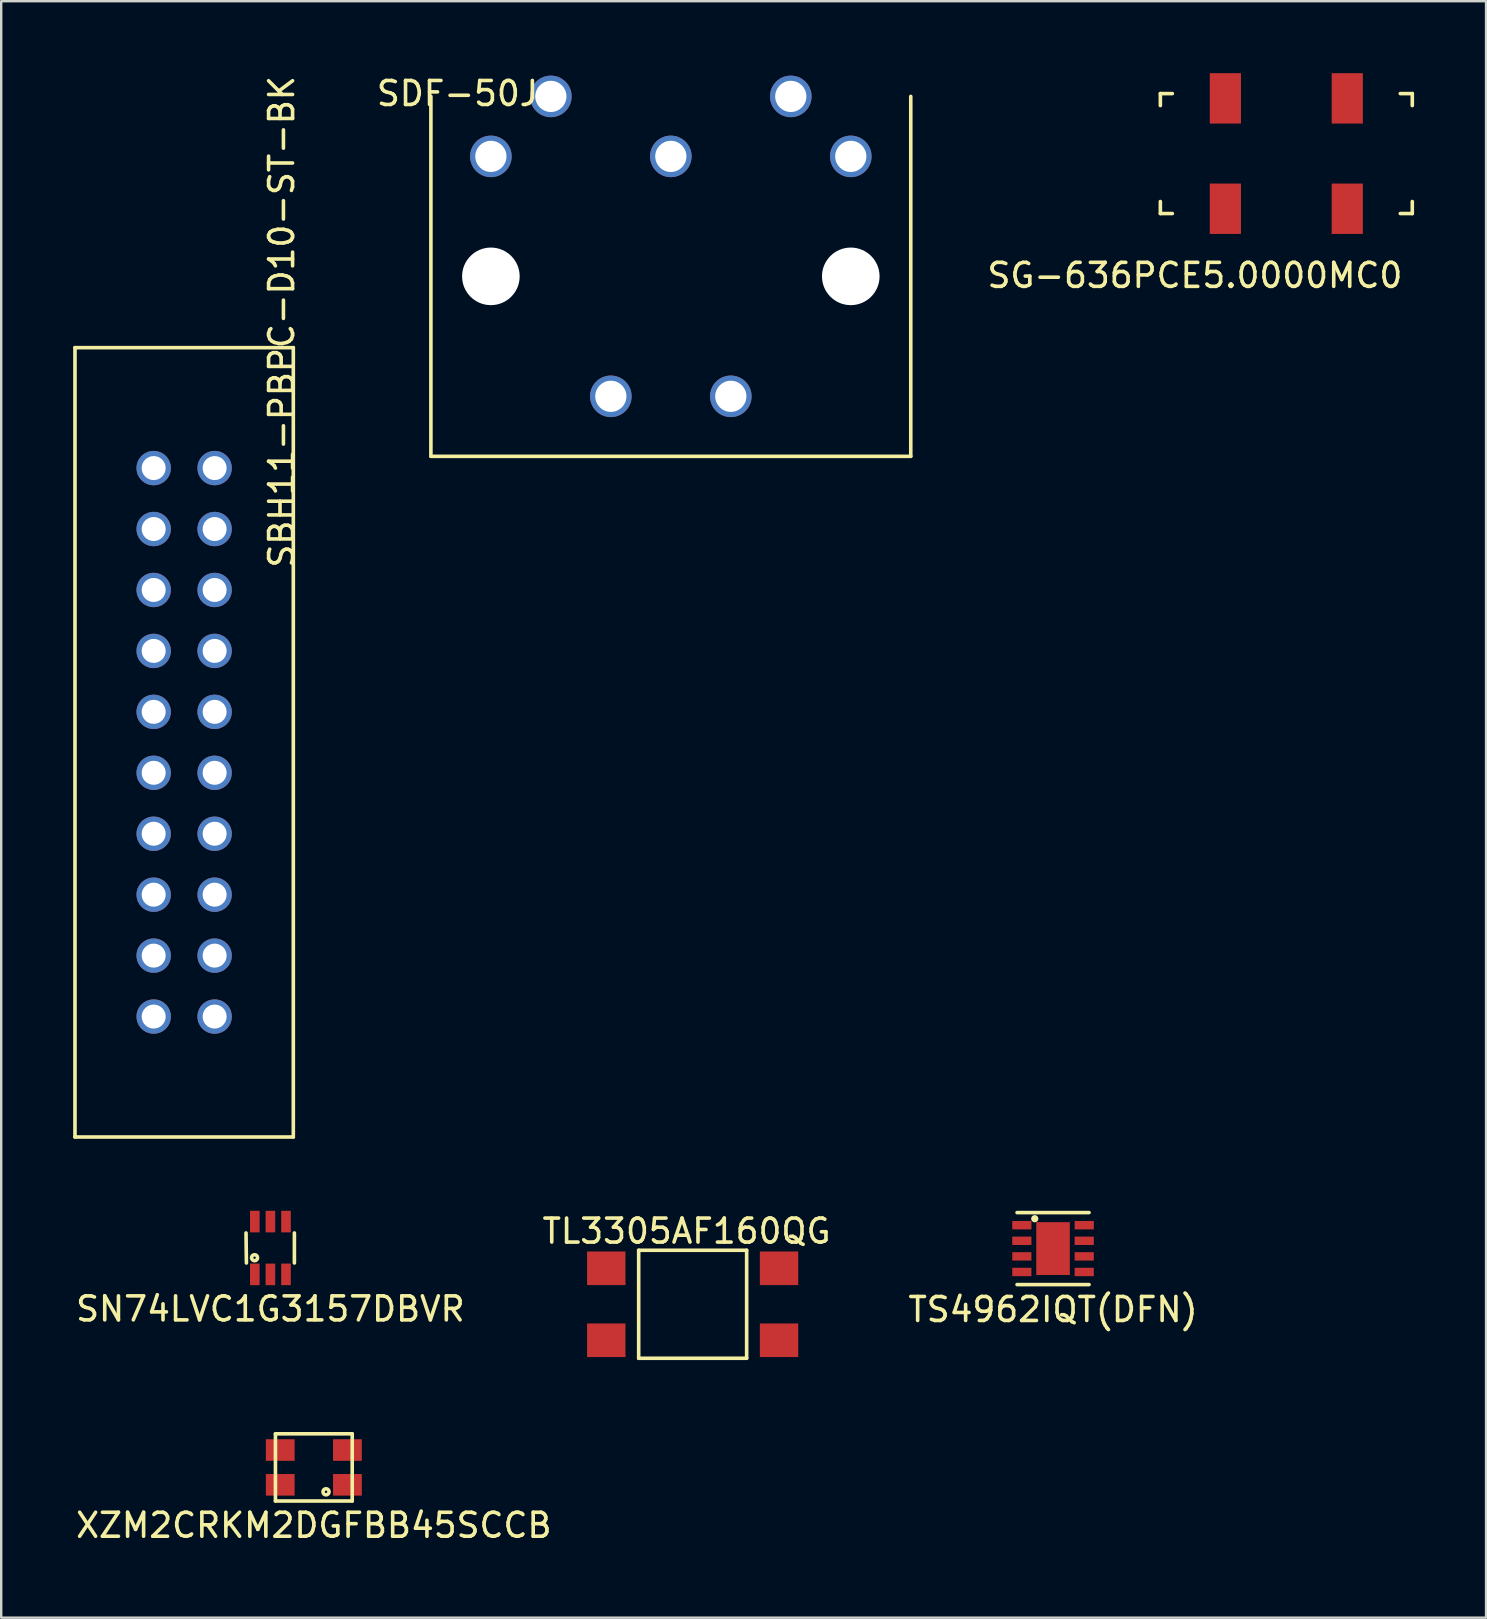
<source format=kicad_pcb>
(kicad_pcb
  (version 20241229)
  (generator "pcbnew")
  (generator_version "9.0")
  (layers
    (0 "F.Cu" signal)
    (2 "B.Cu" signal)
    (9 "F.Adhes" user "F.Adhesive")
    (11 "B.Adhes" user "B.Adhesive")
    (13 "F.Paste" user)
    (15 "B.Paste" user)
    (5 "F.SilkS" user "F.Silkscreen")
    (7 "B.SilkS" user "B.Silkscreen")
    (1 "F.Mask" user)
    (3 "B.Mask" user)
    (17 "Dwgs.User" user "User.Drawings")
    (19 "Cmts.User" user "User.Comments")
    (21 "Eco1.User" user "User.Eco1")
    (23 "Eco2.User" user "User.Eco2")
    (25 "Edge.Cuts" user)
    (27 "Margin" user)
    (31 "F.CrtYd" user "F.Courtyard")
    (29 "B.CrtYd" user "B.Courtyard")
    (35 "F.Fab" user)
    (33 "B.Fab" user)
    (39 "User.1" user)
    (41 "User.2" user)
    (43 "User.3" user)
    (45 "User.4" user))
  (footprint "SG-636PCE5.0000MC0"
    (layer "F.Cu")
    (at 50.562 3.35)
    (property "Reference" "SG-636PCE5.0000MC0" (at -3.81 5.08 0) (layer "F.SilkS") (effects (font (size 1 1) (thickness 0.15))))
    (attr through_hole)
    (fp_line (start -5.25 -2.5) (end -5.25 -2) (stroke (width 0.15) (type solid)) (layer "F.SilkS"))
    (fp_line (start -5.25 -2.5) (end -4.75 -2.5) (stroke (width 0.15) (type solid)) (layer "F.SilkS"))
    (fp_line (start -5.25 2) (end -5.25 2.5) (stroke (width 0.15) (type solid)) (layer "F.SilkS"))
    (fp_line (start -5.25 2.5) (end -4.75 2.5) (stroke (width 0.15) (type solid)) (layer "F.SilkS"))
    (fp_line (start 4.75 -2.5) (end 5.25 -2.5) (stroke (width 0.15) (type solid)) (layer "F.SilkS"))
    (fp_line (start 4.75 2.5) (end 5.25 2.5) (stroke (width 0.15) (type solid)) (layer "F.SilkS"))
    (fp_line (start 5.25 -2.5) (end 5.25 -2) (stroke (width 0.15) (type solid)) (layer "F.SilkS"))
    (fp_line (start 5.25 2) (end 5.25 2.5) (stroke (width 0.15) (type solid)) (layer "F.SilkS"))
    (pad "1" smd rect (at -2.54 2.3) (size 1.3 2.1) (layers "F.Cu" "F.Mask" "F.Paste"))
    (pad "2" smd rect (at 2.54 2.3) (size 1.3 2.1) (layers "F.Cu" "F.Mask" "F.Paste"))
    (pad "3" smd rect (at 2.54 -2.3) (size 1.3 2.1) (layers "F.Cu" "F.Mask" "F.Paste"))
    (pad "4" smd rect (at -2.54 -2.3) (size 1.3 2.1) (layers "F.Cu" "F.Mask" "F.Paste")))
  (footprint "SDF-50J"
    (layer "F.Cu")
    (at 24.909 8.468)
    (property "Reference" "SDF-50J" (at -8.89 -7.62 0) (layer "F.SilkS") (effects (font (size 1 1) (thickness 0.15))))
    (attr through_hole)
    (fp_line (start -10 -7.5) (end -10 7.5) (stroke (width 0.15) (type solid)) (layer "F.SilkS"))
    (fp_line (start 10 -7.5) (end 10 7.5) (stroke (width 0.15) (type solid)) (layer "F.SilkS"))
    (fp_line (start 10 7.5) (end -10 7.5) (stroke (width 0.15) (type solid)) (layer "F.SilkS"))
    (pad "" np_thru_hole circle (at -7.5 0) (size 2.4 2.4) (drill 2.4) (layers "*.Cu" "*.Mask"))
    (pad "" np_thru_hole circle (at 7.5 0) (size 2.4 2.4) (drill 2.4) (layers "*.Cu" "*.Mask"))
    (pad "1" thru_hole circle (at 7.5 -5) (size 1.732 1.732) (drill 1.3) (layers "*.Cu" "*.Mask"))
    (pad "2" thru_hole circle (at 0 -5) (size 1.732 1.732) (drill 1.3) (layers "*.Cu" "*.Mask"))
    (pad "3" thru_hole circle (at -7.5 -5) (size 1.732 1.732) (drill 1.3) (layers "*.Cu" "*.Mask"))
    (pad "4" thru_hole circle (at 5 -7.5) (size 1.732 1.732) (drill 1.3) (layers "*.Cu" "*.Mask"))
    (pad "5" thru_hole circle (at -5 -7.5) (size 1.732 1.732) (drill 1.3) (layers "*.Cu" "*.Mask"))
    (pad "~" thru_hole circle (at -2.5 5) (size 1.732 1.732) (drill 1.3) (layers "*.Cu" "*.Mask"))
    (pad "~" thru_hole circle (at 2.5 5) (size 1.732 1.732) (drill 1.3) (layers "*.Cu" "*.Mask")))
  (footprint "SBH11-PBPC-D10-ST-BK"
    (layer "F.Cu")
    (at 4.625 27.889)
    (property "Reference" "SBH11-PBPC-D10-ST-BK" (at 4.064 -17.526 270) (layer "F.SilkS") (effects (font (size 1 1) (thickness 0.15))))
    (attr through_hole)
    (fp_line (start -4.55 -16.45) (end -4.55 16.45) (stroke (width 0.15) (type solid)) (layer "F.SilkS"))
    (fp_line (start -4.55 -16.45) (end 4.55 -16.45) (stroke (width 0.15) (type solid)) (layer "F.SilkS"))
    (fp_line (start -4.55 16.45) (end 4.55 16.45) (stroke (width 0.15) (type solid)) (layer "F.SilkS"))
    (fp_line (start 4.55 -16.45) (end 4.55 16.45) (stroke (width 0.15) (type solid)) (layer "F.SilkS"))
    (pad "1" thru_hole circle (at -1.27 -11.43) (size 1.432 1.432) (drill 1) (layers "*.Cu" "*.Mask"))
    (pad "2" thru_hole circle (at 1.27 -11.43) (size 1.432 1.432) (drill 1) (layers "*.Cu" "*.Mask"))
    (pad "3" thru_hole circle (at -1.27 -8.89) (size 1.432 1.432) (drill 1) (layers "*.Cu" "*.Mask"))
    (pad "4" thru_hole circle (at 1.27 -8.89) (size 1.432 1.432) (drill 1) (layers "*.Cu" "*.Mask"))
    (pad "5" thru_hole circle (at -1.27 -6.35) (size 1.432 1.432) (drill 1) (layers "*.Cu" "*.Mask"))
    (pad "6" thru_hole circle (at 1.27 -6.35) (size 1.432 1.432) (drill 1) (layers "*.Cu" "*.Mask"))
    (pad "7" thru_hole circle (at -1.27 -3.81) (size 1.432 1.432) (drill 1) (layers "*.Cu" "*.Mask"))
    (pad "8" thru_hole circle (at 1.27 -3.81) (size 1.432 1.432) (drill 1) (layers "*.Cu" "*.Mask"))
    (pad "9" thru_hole circle (at -1.27 -1.27) (size 1.432 1.432) (drill 1) (layers "*.Cu" "*.Mask"))
    (pad "10" thru_hole circle (at 1.27 -1.27) (size 1.432 1.432) (drill 1) (layers "*.Cu" "*.Mask"))
    (pad "11" thru_hole circle (at -1.27 1.27) (size 1.432 1.432) (drill 1) (layers "*.Cu" "*.Mask"))
    (pad "12" thru_hole circle (at 1.27 1.27) (size 1.432 1.432) (drill 1) (layers "*.Cu" "*.Mask"))
    (pad "13" thru_hole circle (at -1.27 3.81) (size 1.432 1.432) (drill 1) (layers "*.Cu" "*.Mask"))
    (pad "14" thru_hole circle (at 1.27 3.81) (size 1.432 1.432) (drill 1) (layers "*.Cu" "*.Mask"))
    (pad "15" thru_hole circle (at -1.27 6.35) (size 1.432 1.432) (drill 1) (layers "*.Cu" "*.Mask"))
    (pad "16" thru_hole circle (at 1.27 6.35) (size 1.432 1.432) (drill 1) (layers "*.Cu" "*.Mask"))
    (pad "17" thru_hole circle (at -1.27 8.89) (size 1.432 1.432) (drill 1) (layers "*.Cu" "*.Mask"))
    (pad "18" thru_hole circle (at 1.27 8.89) (size 1.432 1.432) (drill 1) (layers "*.Cu" "*.Mask"))
    (pad "19" thru_hole circle (at -1.27 11.43) (size 1.432 1.432) (drill 1) (layers "*.Cu" "*.Mask"))
    (pad "20" thru_hole circle (at 1.27 11.43) (size 1.432 1.432) (drill 1) (layers "*.Cu" "*.Mask")))
  (footprint "SN74LVC1G3157DBVR"
    (layer "F.Cu")
    (at 8.22 48.964)
    (property "Reference" "SN74LVC1G3157DBVR" (at 0 2.54 0) (layer "F.SilkS") (effects (font (size 1 1) (thickness 0.15))))
    (attr through_hole)
    (fp_line (start -1 0.625) (end -1.016 -0.625) (stroke (width 0.15) (type solid)) (layer "F.SilkS"))
    (fp_line (start 1 -0.625) (end 1 0.625) (stroke (width 0.15) (type solid)) (layer "F.SilkS"))
    (fp_circle (center -0.66 0.406) (end -0.61 0.406) (stroke (width 0.15) (type solid)) (fill no) (layer "F.SilkS"))
    (pad "1" smd rect (at -0.65 1.1) (size 0.4 0.9) (layers "F.Cu" "F.Mask" "F.Paste"))
    (pad "2" smd rect (at 0 1.1) (size 0.4 0.9) (layers "F.Cu" "F.Mask" "F.Paste"))
    (pad "3" smd rect (at 0.65 1.1) (size 0.4 0.9) (layers "F.Cu" "F.Mask" "F.Paste"))
    (pad "4" smd rect (at 0.65 -1.1) (size 0.4 0.9) (layers "F.Cu" "F.Mask" "F.Paste"))
    (pad "5" smd rect (at 0 -1.1) (size 0.4 0.9) (layers "F.Cu" "F.Mask" "F.Paste"))
    (pad "6" smd rect (at -0.65 -1.1) (size 0.4 0.9) (layers "F.Cu" "F.Mask" "F.Paste")))
  (footprint "TL3305AF160QG"
    (layer "F.Cu")
    (at 25.819 51.31)
    (property "Reference" "TL3305AF160QG" (at -0.254 -3.048 0) (layer "F.SilkS") (effects (font (size 1 1) (thickness 0.15))))
    (attr through_hole)
    (fp_line (start -2.25 -2.25) (end -2.25 2.25) (stroke (width 0.15) (type solid)) (layer "F.SilkS"))
    (fp_line (start -2.25 2.25) (end 2.25 2.25) (stroke (width 0.15) (type solid)) (layer "F.SilkS"))
    (fp_line (start 2.25 -2.25) (end -2.25 -2.25) (stroke (width 0.15) (type solid)) (layer "F.SilkS"))
    (fp_line (start 2.25 2.25) (end 2.25 -2.25) (stroke (width 0.15) (type solid)) (layer "F.SilkS"))
    (pad "1" smd rect (at -3.6 1.5) (size 1.6 1.4) (layers "F.Cu" "F.Mask" "F.Paste"))
    (pad "2" smd rect (at 3.6 1.5) (size 1.6 1.4) (layers "F.Cu" "F.Mask" "F.Paste"))
    (pad "3" smd rect (at -3.6 -1.5) (size 1.6 1.4) (layers "F.Cu" "F.Mask" "F.Paste"))
    (pad "4" smd rect (at 3.6 -1.5) (size 1.6 1.4) (layers "F.Cu" "F.Mask" "F.Paste")))
  (footprint "TS4962IQT(DFN)"
    (layer "F.Cu")
    (at 40.839 48.989)
    (property "Reference" "TS4962IQT(DFN)" (at 0 2.54 0) (layer "F.SilkS") (effects (font (size 1 1) (thickness 0.15))))
    (attr through_hole)
    (fp_line (start -1.5 -1.5) (end 1.5 -1.5) (stroke (width 0.15) (type solid)) (layer "F.SilkS"))
    (fp_line (start -1.5 1.5) (end 1.5 1.5) (stroke (width 0.15) (type solid)) (layer "F.SilkS"))
    (fp_circle (center -0.762 -1.245) (end -0.686 -1.245) (stroke (width 0.15) (type solid)) (fill no) (layer "F.SilkS"))
    (pad "1" smd rect (at -1.3 -0.975) (size 0.8 0.35) (layers "F.Cu" "F.Mask" "F.Paste"))
    (pad "2" smd rect (at -1.3 -0.325) (size 0.8 0.35) (layers "F.Cu" "F.Mask" "F.Paste"))
    (pad "3" smd rect (at -1.3 0.325) (size 0.8 0.35) (layers "F.Cu" "F.Mask" "F.Paste"))
    (pad "4" smd rect (at -1.3 0.975) (size 0.8 0.35) (layers "F.Cu" "F.Mask" "F.Paste"))
    (pad "5" smd rect (at 1.3 0.975) (size 0.8 0.35) (layers "F.Cu" "F.Mask" "F.Paste"))
    (pad "6" smd rect (at 1.3 0.325) (size 0.8 0.35) (layers "F.Cu" "F.Mask" "F.Paste"))
    (pad "7" smd rect (at 1.3 -0.325) (size 0.8 0.35) (layers "F.Cu" "F.Mask" "F.Paste"))
    (pad "8" smd rect (at 1.3 -0.975) (size 0.8 0.35) (layers "F.Cu" "F.Mask" "F.Paste"))
    (pad "9" smd rect (at 0 0) (size 1.4 2.2) (layers "F.Cu" "F.Mask" "F.Paste")))
  (footprint "XZM2CRKM2DGFBB45SCCB"
    (layer "F.Cu")
    (at 10.03 58.11)
    (property "Reference" "XZM2CRKM2DGFBB45SCCB" (at 0 2.413 0) (layer "F.SilkS") (effects (font (size 1 1) (thickness 0.15))))
    (attr through_hole)
    (fp_line (start -1.6 -1.4) (end 1.6 -1.4) (stroke (width 0.15) (type solid)) (layer "F.SilkS"))
    (fp_line (start -1.6 1.4) (end -1.6 -1.4) (stroke (width 0.15) (type solid)) (layer "F.SilkS"))
    (fp_line (start 1.6 -1.4) (end 1.6 1.4) (stroke (width 0.15) (type solid)) (layer "F.SilkS"))
    (fp_line (start 1.6 1.4) (end -1.6 1.4) (stroke (width 0.15) (type solid)) (layer "F.SilkS"))
    (fp_circle (center 0.508 1.016) (end 0.635 1.016) (stroke (width 0.15) (type solid)) (fill no) (layer "F.SilkS"))
    (pad "1" smd rect (at 1.4 0.725) (size 1.2 0.9) (layers "F.Cu" "F.Mask" "F.Paste"))
    (pad "2" smd rect (at -1.4 0.725) (size 1.2 0.9) (layers "F.Cu" "F.Mask" "F.Paste"))
    (pad "3" smd rect (at -1.4 -0.725) (size 1.2 0.9) (layers "F.Cu" "F.Mask" "F.Paste"))
    (pad "4" smd rect (at 1.4 -0.725) (size 1.2 0.9) (layers "F.Cu" "F.Mask" "F.Paste")))
  (gr_rect
    (start -3 -3)
    (end 58.887 64.372)
    (stroke (width 0.1) (type default))
    (fill no)
    (layer "Edge.Cuts")))
</source>
